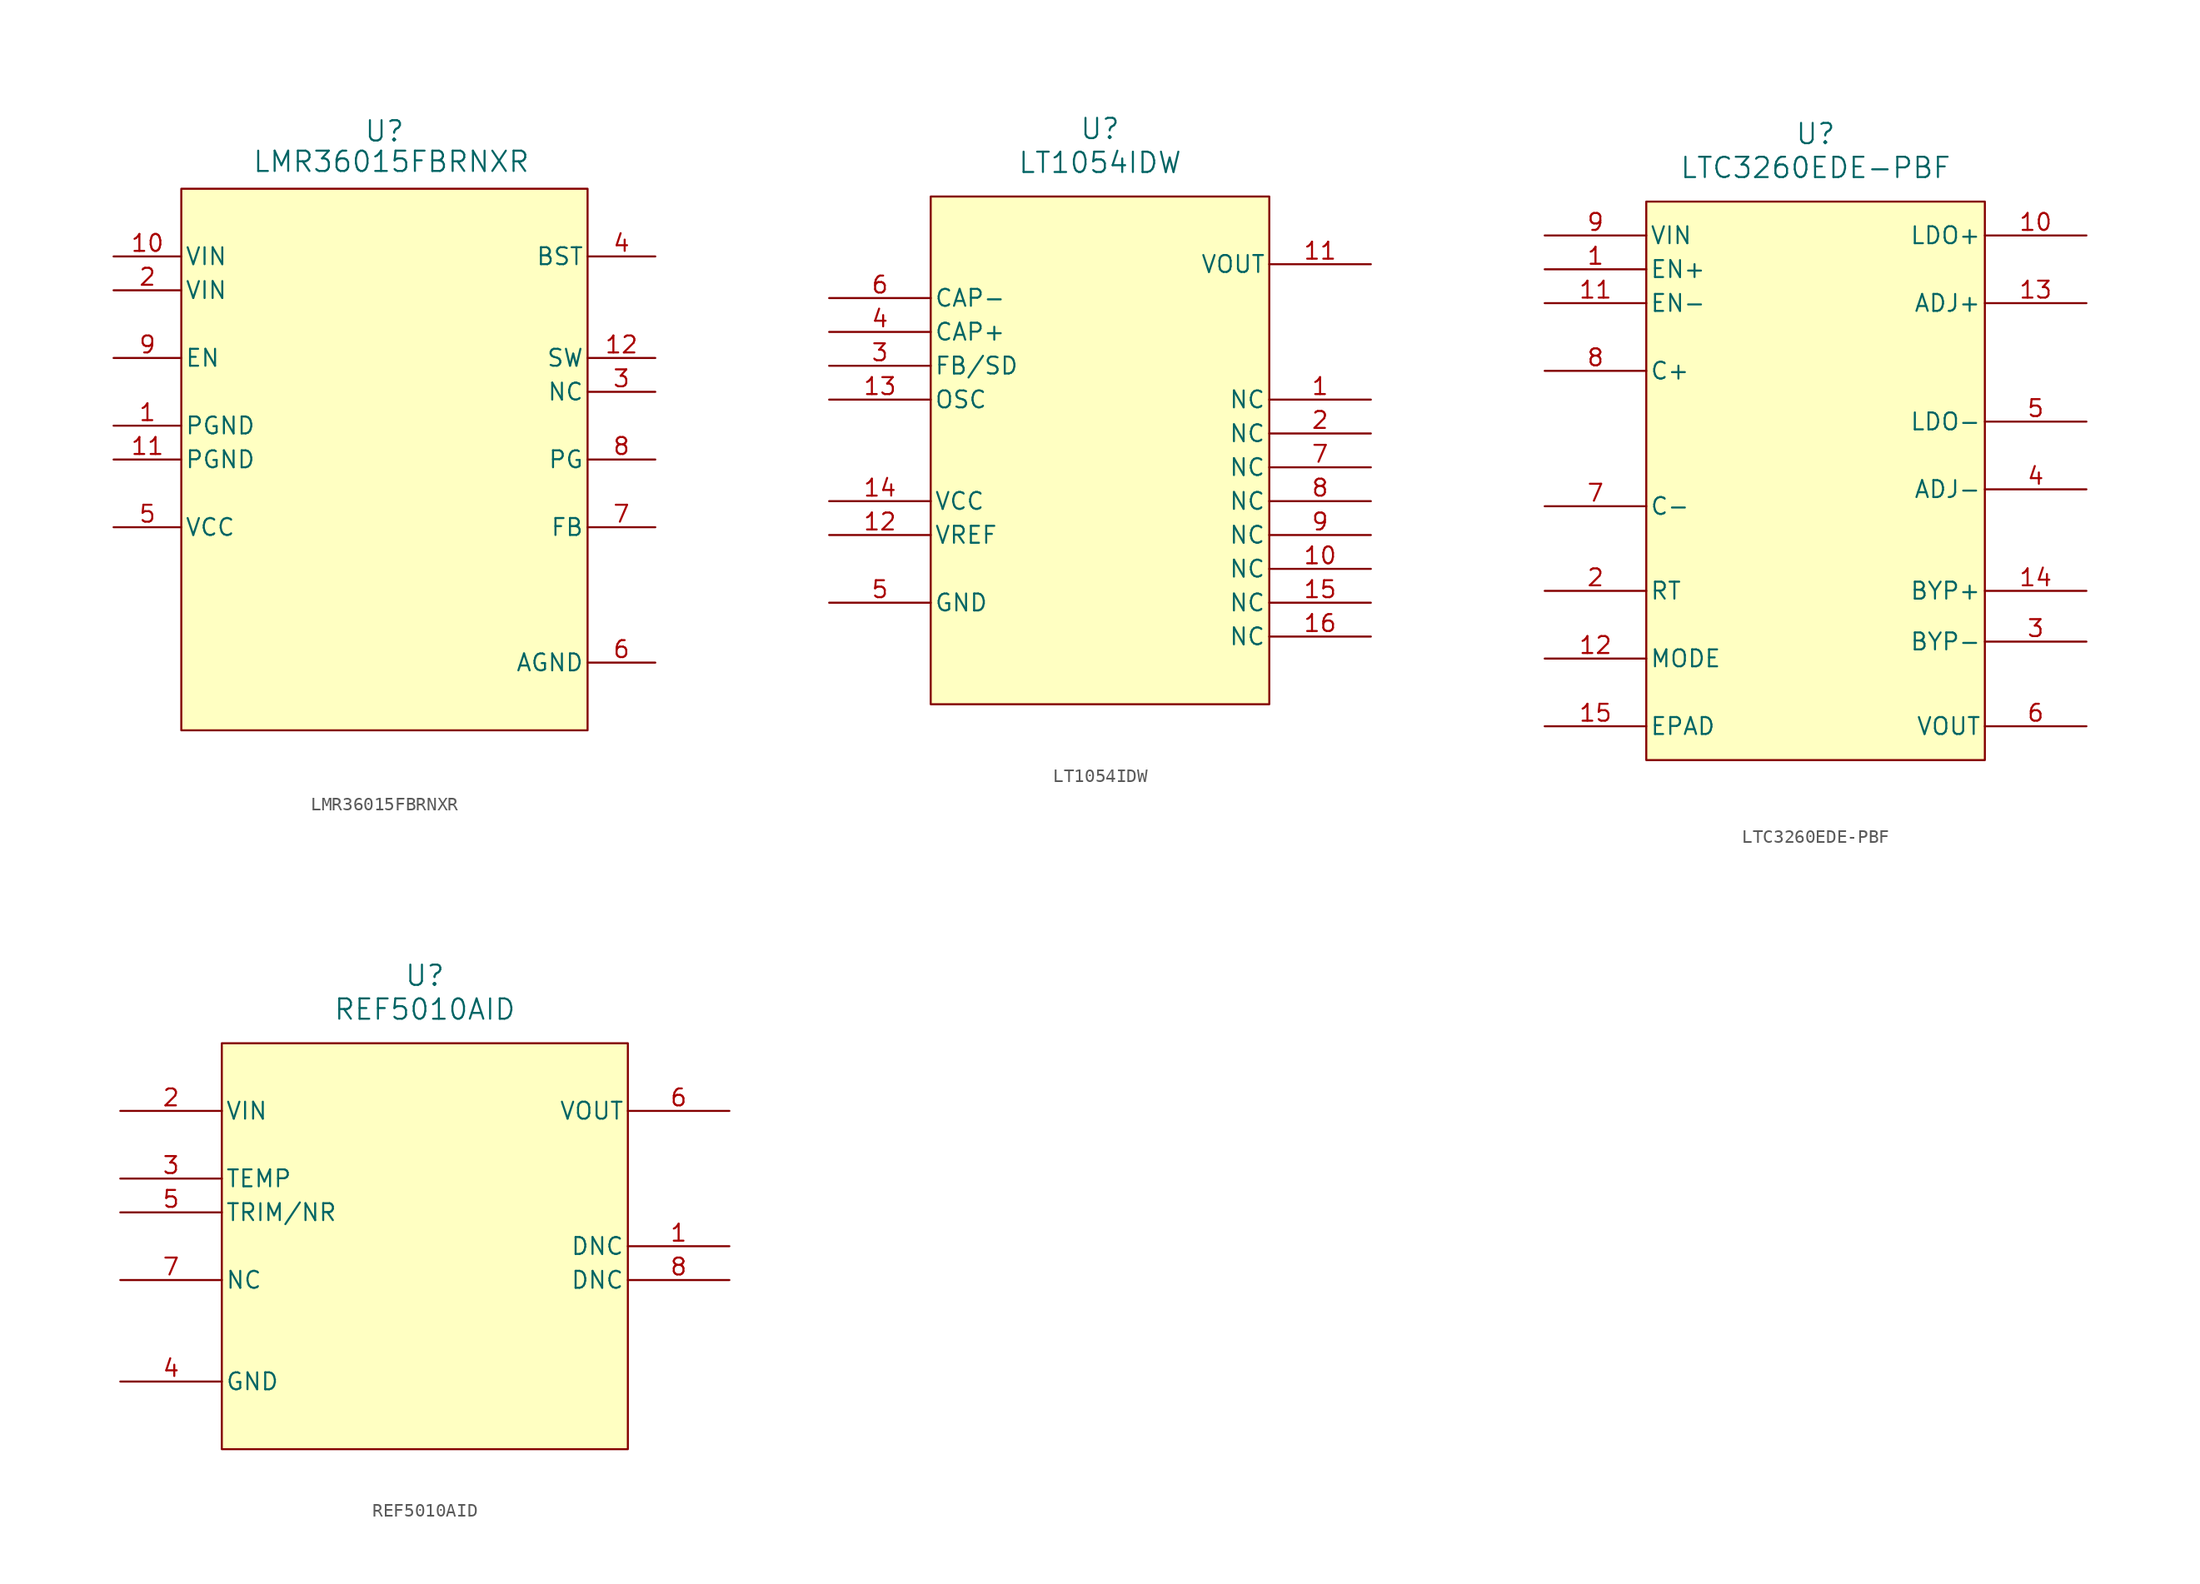
<source format=kicad_sym>
(kicad_symbol_lib
  (version 20231120)
  (generator "kicad_symbol_editor")
  (generator_version "8.0")
  (symbol "LMR36015FBRNXR"
    (pin_names
      (offset 0.254))
    (property "Reference" "U"
      (at 0 24.638 0)
      (effects (font (size 1.524 1.524))))
    (property "Value" "LMR36015FBRNXR"
      (at 0.508 22.352 0)
      (effects (font (size 1.524 1.524))))
    (symbol "LMR36015FBRNXR_0_1"
      (pin power_in line (at -20.32 2.54 0) (length 5.08) (name "PGND" (effects (font (size 1.27 1.27)))) (number "1" (effects (font (size 1.27 1.27)))))
      (pin power_in line (at -20.32 15.24 0) (length 5.08) (name "VIN" (effects (font (size 1.27 1.27)))) (number "10" (effects (font (size 1.27 1.27)))))
      (pin power_in line (at -20.32 0 0) (length 5.08) (name "PGND" (effects (font (size 1.27 1.27)))) (number "11" (effects (font (size 1.27 1.27)))))
      (pin power_in line (at 20.32 7.62 180) (length 5.08) (name "SW" (effects (font (size 1.27 1.27)))) (number "12" (effects (font (size 1.27 1.27)))))
      (pin power_in line (at -20.32 12.7 0) (length 5.08) (name "VIN" (effects (font (size 1.27 1.27)))) (number "2" (effects (font (size 1.27 1.27)))))
      (pin unspecified line (at 20.32 5.08 180) (length 5.08) (name "NC" (effects (font (size 1.27 1.27)))) (number "3" (effects (font (size 1.27 1.27)))))
      (pin unspecified line (at 20.32 15.24 180) (length 5.08) (name "BST" (effects (font (size 1.27 1.27)))) (number "4" (effects (font (size 1.27 1.27)))))
      (pin power_in line (at -20.32 -5.08 0) (length 5.08) (name "VCC" (effects (font (size 1.27 1.27)))) (number "5" (effects (font (size 1.27 1.27)))))
      (pin power_in line (at 20.32 -15.24 180) (length 5.08) (name "AGND" (effects (font (size 1.27 1.27)))) (number "6" (effects (font (size 1.27 1.27)))))
      (pin input line (at 20.32 -5.08 180) (length 5.08) (name "FB" (effects (font (size 1.27 1.27)))) (number "7" (effects (font (size 1.27 1.27)))))
      (pin open_collector line (at 20.32 0 180) (length 5.08) (name "PG" (effects (font (size 1.27 1.27)))) (number "8" (effects (font (size 1.27 1.27)))))
      (pin input line (at -20.32 7.62 0) (length 5.08) (name "EN" (effects (font (size 1.27 1.27)))) (number "9" (effects (font (size 1.27 1.27))))))
    (symbol "LMR36015FBRNXR_1_1"
      (rectangle (start -15.24 20.32) (end 15.24 -20.32) (stroke (width 0) (type default)) (fill (type background)))))
  (symbol "LT1054IDW"
    (pin_names
      (offset 0.254))
    (property "Reference" "U"
      (at 20.32 12.7 0)
      (effects (font (size 1.524 1.524))))
    (property "Value" "LT1054IDW"
      (at 20.32 10.16 0)
      (effects (font (size 1.524 1.524))))
    (symbol "LT1054IDW_0_1"
      (pin unspecified line (at 40.64 -7.62 180) (length 7.62) (name "NC" (effects (font (size 1.27 1.27)))) (number "1" (effects (font (size 1.27 1.27)))))
      (pin unspecified line (at 40.64 -20.32 180) (length 7.62) (name "NC" (effects (font (size 1.27 1.27)))) (number "10" (effects (font (size 1.27 1.27)))))
      (pin output line (at 40.64 2.54 180) (length 7.62) (name "VOUT" (effects (font (size 1.27 1.27)))) (number "11" (effects (font (size 1.27 1.27)))))
      (pin power_in line (at 0 -17.78 0) (length 7.62) (name "VREF" (effects (font (size 1.27 1.27)))) (number "12" (effects (font (size 1.27 1.27)))))
      (pin unspecified line (at 0 -7.62 0) (length 7.62) (name "OSC" (effects (font (size 1.27 1.27)))) (number "13" (effects (font (size 1.27 1.27)))))
      (pin power_in line (at 0 -15.24 0) (length 7.62) (name "VCC" (effects (font (size 1.27 1.27)))) (number "14" (effects (font (size 1.27 1.27)))))
      (pin unspecified line (at 40.64 -22.86 180) (length 7.62) (name "NC" (effects (font (size 1.27 1.27)))) (number "15" (effects (font (size 1.27 1.27)))))
      (pin unspecified line (at 40.64 -25.4 180) (length 7.62) (name "NC" (effects (font (size 1.27 1.27)))) (number "16" (effects (font (size 1.27 1.27)))))
      (pin unspecified line (at 40.64 -10.16 180) (length 7.62) (name "NC" (effects (font (size 1.27 1.27)))) (number "2" (effects (font (size 1.27 1.27)))))
      (pin unspecified line (at 0 -5.08 0) (length 7.62) (name "FB/SD" (effects (font (size 1.27 1.27)))) (number "3" (effects (font (size 1.27 1.27)))))
      (pin unspecified line (at 0 -2.54 0) (length 7.62) (name "CAP+" (effects (font (size 1.27 1.27)))) (number "4" (effects (font (size 1.27 1.27)))))
      (pin power_in line (at 0 -22.86 0) (length 7.62) (name "GND" (effects (font (size 1.27 1.27)))) (number "5" (effects (font (size 1.27 1.27)))))
      (pin unspecified line (at 0 0 0) (length 7.62) (name "CAP-" (effects (font (size 1.27 1.27)))) (number "6" (effects (font (size 1.27 1.27)))))
      (pin unspecified line (at 40.64 -12.7 180) (length 7.62) (name "NC" (effects (font (size 1.27 1.27)))) (number "7" (effects (font (size 1.27 1.27)))))
      (pin unspecified line (at 40.64 -15.24 180) (length 7.62) (name "NC" (effects (font (size 1.27 1.27)))) (number "8" (effects (font (size 1.27 1.27)))))
      (pin unspecified line (at 40.64 -17.78 180) (length 7.62) (name "NC" (effects (font (size 1.27 1.27)))) (number "9" (effects (font (size 1.27 1.27))))))
    (symbol "LT1054IDW_1_1"
      (rectangle (start 7.62 7.62) (end 33.02 -30.48) (stroke (width 0) (type default)) (fill (type background)))))
  (symbol "LTC3260EDE-PBF"
    (pin_names
      (offset 0.254))
    (property "Reference" "U"
      (at 20.32 12.7 0)
      (effects (font (size 1.524 1.524))))
    (property "Value" "LTC3260EDE-PBF"
      (at 20.32 10.16 0)
      (effects (font (size 1.524 1.524))))
    (property "ki_locked" ""
      (at 0 0 0)
      (effects (font (size 1.27 1.27))))
    (symbol "LTC3260EDE-PBF_0_1"
      (pin input line (at 0 2.54 0) (length 7.62) (name "EN+" (effects (font (size 1.27 1.27)))) (number "1" (effects (font (size 1.27 1.27)))))
      (pin output line (at 40.64 5.08 180) (length 7.62) (name "LDO+" (effects (font (size 1.27 1.27)))) (number "10" (effects (font (size 1.27 1.27)))))
      (pin input line (at 0 0 0) (length 7.62) (name "EN-" (effects (font (size 1.27 1.27)))) (number "11" (effects (font (size 1.27 1.27)))))
      (pin input line (at 0 -26.67 0) (length 7.62) (name "MODE" (effects (font (size 1.27 1.27)))) (number "12" (effects (font (size 1.27 1.27)))))
      (pin input line (at 40.64 0 180) (length 7.62) (name "ADJ+" (effects (font (size 1.27 1.27)))) (number "13" (effects (font (size 1.27 1.27)))))
      (pin output line (at 40.64 -21.59 180) (length 7.62) (name "BYP+" (effects (font (size 1.27 1.27)))) (number "14" (effects (font (size 1.27 1.27)))))
      (pin unspecified line (at 0 -31.75 0) (length 7.62) (name "EPAD" (effects (font (size 1.27 1.27)))) (number "15" (effects (font (size 1.27 1.27)))))
      (pin input line (at 0 -21.59 0) (length 7.62) (name "RT" (effects (font (size 1.27 1.27)))) (number "2" (effects (font (size 1.27 1.27)))))
      (pin output line (at 40.64 -25.4 180) (length 7.62) (name "BYP-" (effects (font (size 1.27 1.27)))) (number "3" (effects (font (size 1.27 1.27)))))
      (pin input line (at 40.64 -13.97 180) (length 7.62) (name "ADJ-" (effects (font (size 1.27 1.27)))) (number "4" (effects (font (size 1.27 1.27)))))
      (pin output line (at 40.64 -8.89 180) (length 7.62) (name "LDO-" (effects (font (size 1.27 1.27)))) (number "5" (effects (font (size 1.27 1.27)))))
      (pin output line (at 40.64 -31.75 180) (length 7.62) (name "VOUT" (effects (font (size 1.27 1.27)))) (number "6" (effects (font (size 1.27 1.27)))))
      (pin unspecified line (at 0 -15.24 0) (length 7.62) (name "C-" (effects (font (size 1.27 1.27)))) (number "7" (effects (font (size 1.27 1.27)))))
      (pin unspecified line (at 0 -5.08 0) (length 7.62) (name "C+" (effects (font (size 1.27 1.27)))) (number "8" (effects (font (size 1.27 1.27)))))
      (pin input line (at 0 5.08 0) (length 7.62) (name "VIN" (effects (font (size 1.27 1.27)))) (number "9" (effects (font (size 1.27 1.27))))))
    (symbol "LTC3260EDE-PBF_1_1"
      (rectangle (start 7.62 7.62) (end 33.02 -34.29) (stroke (width 0) (type default)) (fill (type background)))))
  (symbol "REF5010AID"
    (pin_names
      (offset 0.254))
    (property "Reference" "U"
      (at 22.86 10.16 0)
      (effects (font (size 1.524 1.524))))
    (property "Value" "REF5010AID"
      (at 22.86 7.62 0)
      (effects (font (size 1.524 1.524))))
    (property "ki_locked" ""
      (at 0 0 0)
      (effects (font (size 1.27 1.27))))
    (symbol "REF5010AID_0_1"
      (pin unspecified line (at 45.72 -10.16 180) (length 7.62) (name "DNC" (effects (font (size 1.27 1.27)))) (number "1" (effects (font (size 1.27 1.27)))))
      (pin input line (at 0 0 0) (length 7.62) (name "VIN" (effects (font (size 1.27 1.27)))) (number "2" (effects (font (size 1.27 1.27)))))
      (pin unspecified line (at 0 -5.08 0) (length 7.62) (name "TEMP" (effects (font (size 1.27 1.27)))) (number "3" (effects (font (size 1.27 1.27)))))
      (pin unspecified line (at 0 -20.32 0) (length 7.62) (name "GND" (effects (font (size 1.27 1.27)))) (number "4" (effects (font (size 1.27 1.27)))))
      (pin unspecified line (at 0 -7.62 0) (length 7.62) (name "TRIM/NR" (effects (font (size 1.27 1.27)))) (number "5" (effects (font (size 1.27 1.27)))))
      (pin output line (at 45.72 0 180) (length 7.62) (name "VOUT" (effects (font (size 1.27 1.27)))) (number "6" (effects (font (size 1.27 1.27)))))
      (pin unspecified line (at 0 -12.7 0) (length 7.62) (name "NC" (effects (font (size 1.27 1.27)))) (number "7" (effects (font (size 1.27 1.27)))))
      (pin unspecified line (at 45.72 -12.7 180) (length 7.62) (name "DNC" (effects (font (size 1.27 1.27)))) (number "8" (effects (font (size 1.27 1.27))))))
    (symbol "REF5010AID_1_1"
      (rectangle (start 7.62 5.08) (end 38.1 -25.4) (stroke (width 0) (type default)) (fill (type background))))))
</source>
